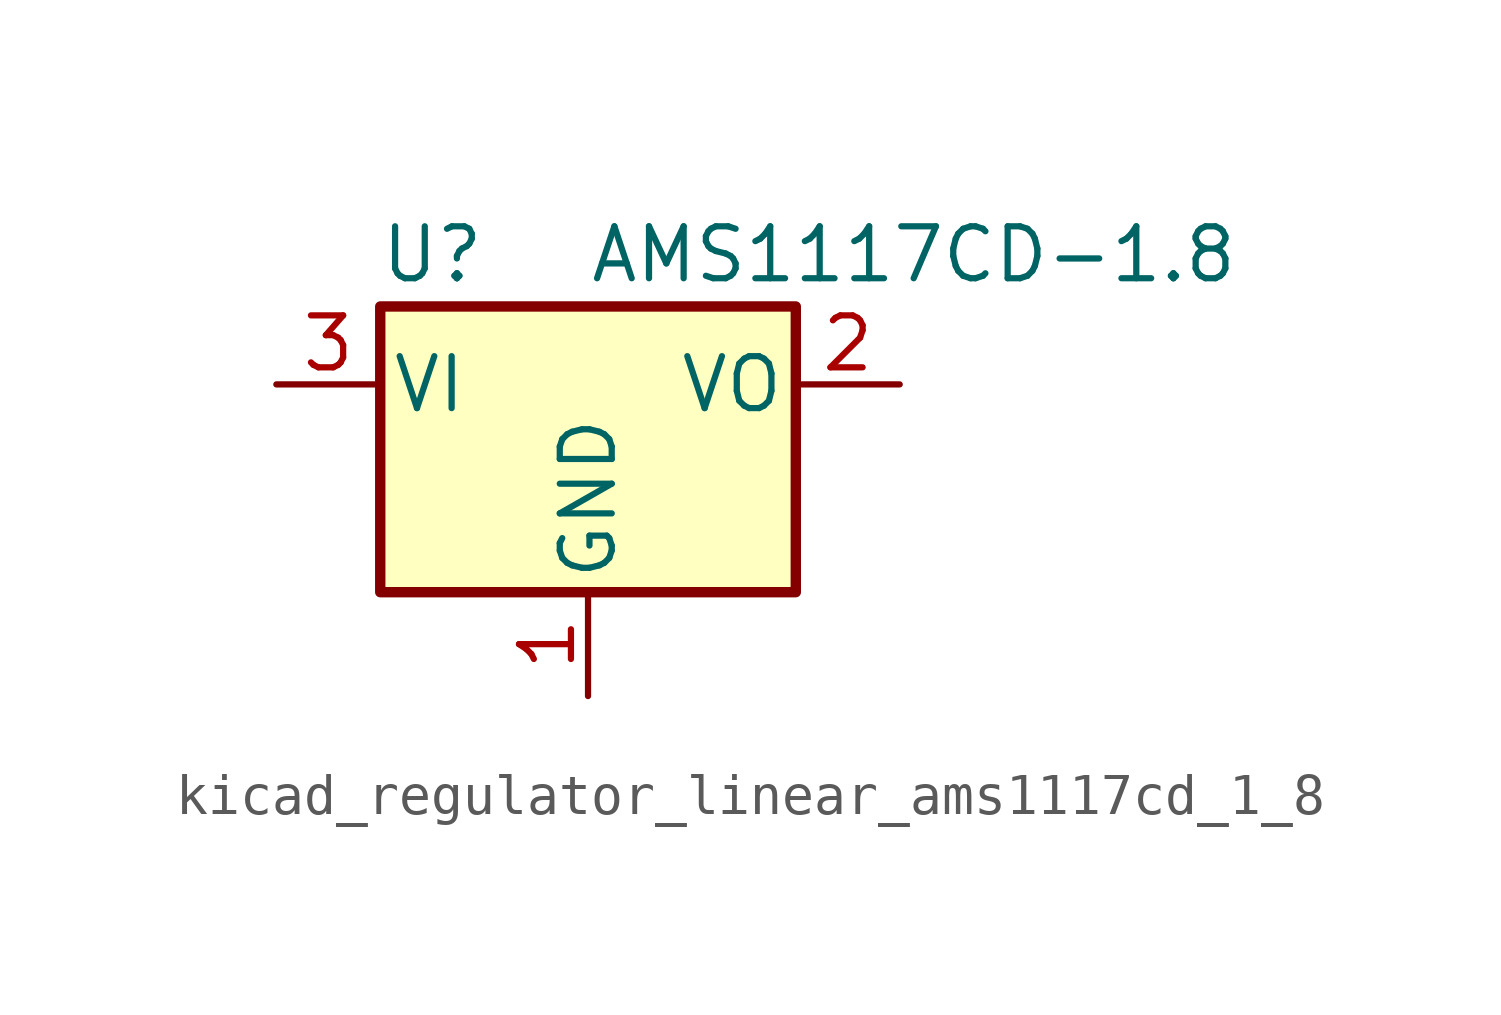
<source format=kicad_sym>
(kicad_symbol_lib
  (version 20220914)
  (generator kicad_symbol_editor)
  (symbol "kicad_regulator_linear_ams1117cd_1_8"
    (pin_names
      (offset 0.254))
    (property "Reference" "U"
      (at -3.81 3.175 0)
      (effects (font (size 1.27 1.27))))
    (property "Value" "AMS1117CD-1.8"
      (at 0 3.175 0)
      (effects (font (size 1.27 1.27)) (justify left)))
    (symbol "kicad_regulator_linear_ams1117cd_1_8_0_1"
      (rectangle (start -5.08 -5.08) (end 5.08 1.905) (stroke (width 0.254) (type default)) (fill (type background))))
    (symbol "kicad_regulator_linear_ams1117cd_1_8_1_1"
      (pin power_in line (at 0 -7.62 90) (length 2.54) (name "GND" (effects (font (size 1.27 1.27)))) (number "1" (effects (font (size 1.27 1.27)))))
      (pin power_out line (at 7.62 0 180) (length 2.54) (name "VO" (effects (font (size 1.27 1.27)))) (number "2" (effects (font (size 1.27 1.27)))))
      (pin power_in line (at -7.62 0 0) (length 2.54) (name "VI" (effects (font (size 1.27 1.27)))) (number "3" (effects (font (size 1.27 1.27))))))))
</source>
